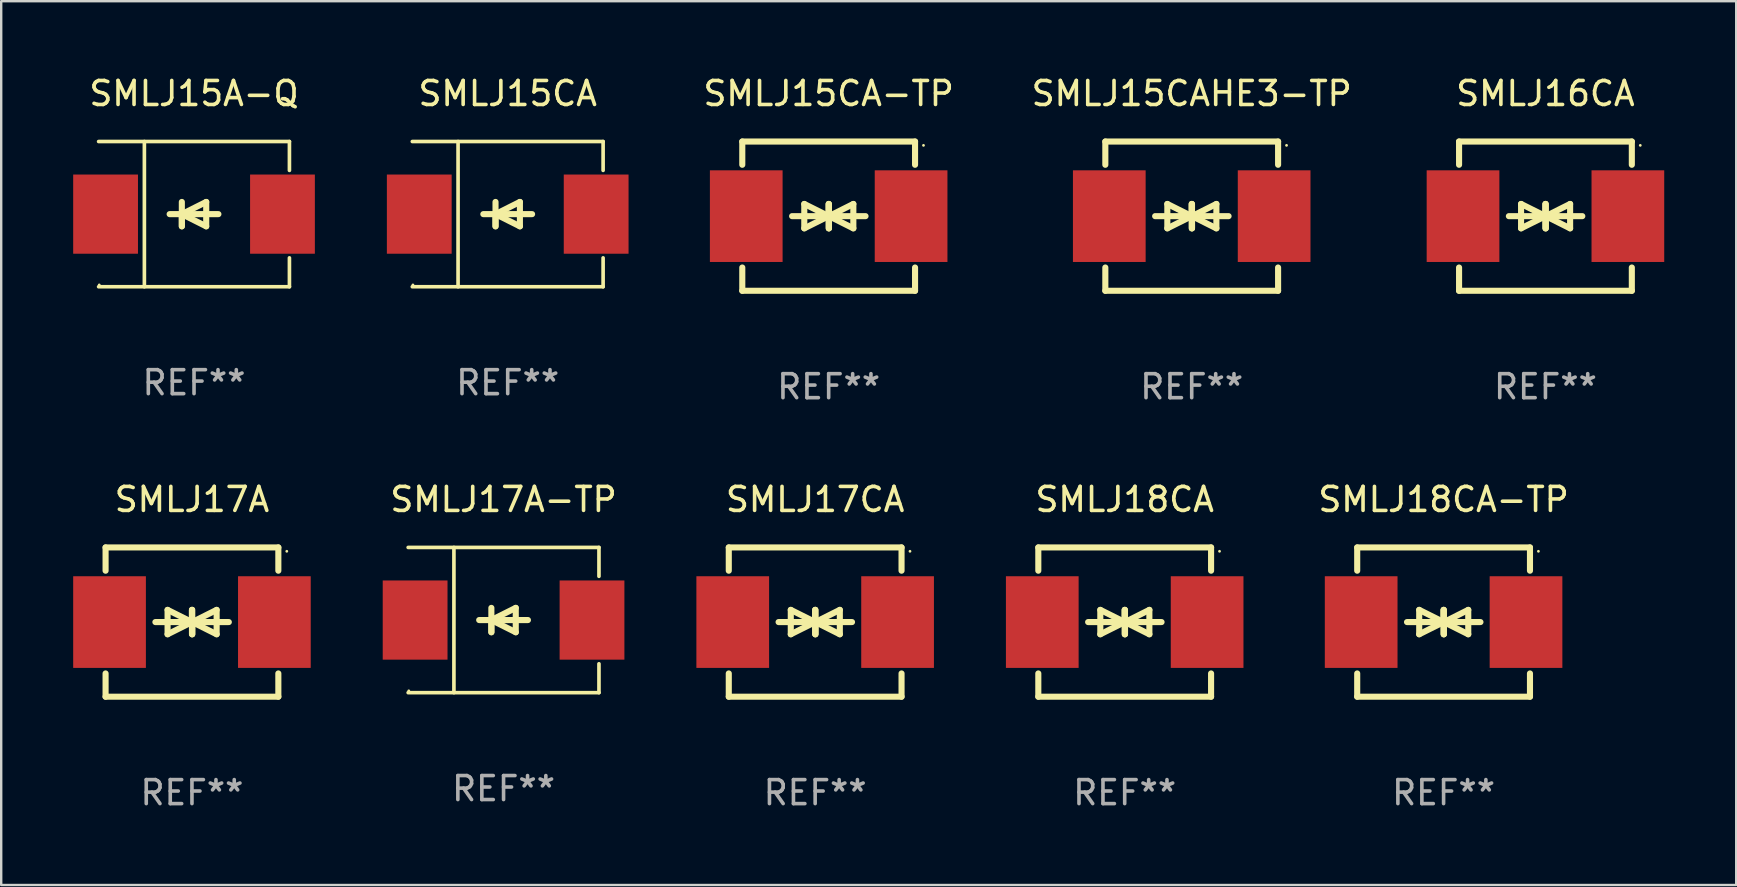
<source format=kicad_pcb>
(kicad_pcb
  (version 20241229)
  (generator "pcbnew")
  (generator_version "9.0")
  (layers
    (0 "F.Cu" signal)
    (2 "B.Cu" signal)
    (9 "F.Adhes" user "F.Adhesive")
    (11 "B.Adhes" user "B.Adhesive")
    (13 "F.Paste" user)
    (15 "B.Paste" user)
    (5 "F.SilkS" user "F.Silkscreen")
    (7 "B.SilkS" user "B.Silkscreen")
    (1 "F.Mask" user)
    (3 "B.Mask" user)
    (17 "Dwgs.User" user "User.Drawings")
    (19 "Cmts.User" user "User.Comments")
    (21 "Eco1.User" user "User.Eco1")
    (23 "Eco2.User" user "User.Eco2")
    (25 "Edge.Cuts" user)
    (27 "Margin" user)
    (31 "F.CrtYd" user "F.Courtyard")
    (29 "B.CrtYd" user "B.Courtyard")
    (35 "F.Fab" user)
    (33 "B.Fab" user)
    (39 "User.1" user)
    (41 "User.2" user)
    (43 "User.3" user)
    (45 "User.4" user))
  (footprint "SMLJ17A-TP"
    (layer "F.Cu")
    (at 17.936 22.791)
    (property "Reference" "SMLJ17A-TP" (at 0 -5.026 0) (layer "F.SilkS") (effects (font (size 1 1) (thickness 0.15))))
    (attr through_hole)
    (fp_line (start -3.976 -3.026) (end 3.976 -3.026) (stroke (width 0.152) (type solid)) (layer "F.SilkS"))
    (fp_line (start -3.976 3.026) (end 3.976 3.026) (stroke (width 0.152) (type solid)) (layer "F.SilkS"))
    (fp_line (start -2.069 -3.026) (end -2.069 3.026) (stroke (width 0.152) (type solid)) (layer "F.SilkS"))
    (fp_line (start -0.508 0) (end -0.508 0.508) (stroke (width 0.254) (type solid)) (layer "F.SilkS"))
    (fp_line (start -0.508 0) (end 0.508 0.508) (stroke (width 0.254) (type solid)) (layer "F.SilkS"))
    (fp_line (start -0.508 0.508) (end -0.508 -0.508) (stroke (width 0.254) (type solid)) (layer "F.SilkS"))
    (fp_line (start 0.508 -0.508) (end -0.508 0) (stroke (width 0.254) (type solid)) (layer "F.SilkS"))
    (fp_line (start 0.508 0.508) (end 0.508 -0.508) (stroke (width 0.254) (type solid)) (layer "F.SilkS"))
    (fp_line (start 1.016 0) (end -1.016 0) (stroke (width 0.254) (type solid)) (layer "F.SilkS"))
    (fp_line (start 3.976 -3.026) (end 3.976 -1.823) (stroke (width 0.152) (type solid)) (layer "F.SilkS"))
    (fp_line (start 3.976 3.026) (end 3.976 1.823) (stroke (width 0.152) (type solid)) (layer "F.SilkS"))
    (fp_circle (center -3.95 2.95) (end -3.92 2.95) (stroke (width 0.06) (type solid)) (fill no) (layer "F.SilkS"))
    (fp_text user "REF**" (at 0 7.026 0) (layer "F.Fab") (effects (font (size 1 1) (thickness 0.15))))
    (pad "1" smd rect (at -3.686 0) (size 2.7 3.3) (layers "F.Cu" "F.Mask" "F.Paste"))
    (pad "2" smd rect (at 3.686 0) (size 2.7 3.3) (layers "F.Cu" "F.Mask" "F.Paste")))
  (footprint "SMLJ15CAHE3-TP"
    (layer "F.Cu")
    (at 46.615 5.958)
    (property "Reference" "SMLJ15CAHE3-TP" (at 0 -5.11 0) (layer "F.SilkS") (effects (font (size 1 1) (thickness 0.15))))
    (attr through_hole)
    (fp_line (start -3.6 -2.141) (end -3.6 -3.11) (stroke (width 0.254) (type solid)) (layer "F.SilkS"))
    (fp_line (start -3.6 3.11) (end -3.6 2.141) (stroke (width 0.254) (type solid)) (layer "F.SilkS"))
    (fp_line (start -1.524 0) (end 0.508 0) (stroke (width 0.254) (type solid)) (layer "F.SilkS"))
    (fp_line (start -1.016 -0.508) (end -1.016 0.508) (stroke (width 0.254) (type solid)) (layer "F.SilkS"))
    (fp_line (start -1.016 0.508) (end 0 0) (stroke (width 0.254) (type solid)) (layer "F.SilkS"))
    (fp_line (start 0 -0.508) (end 0 0.508) (stroke (width 0.254) (type solid)) (layer "F.SilkS"))
    (fp_line (start 0 0) (end -1.016 -0.508) (stroke (width 0.254) (type solid)) (layer "F.SilkS"))
    (fp_line (start 0 0) (end 0 -0.508) (stroke (width 0.254) (type solid)) (layer "F.SilkS"))
    (fp_line (start 0.012 0) (end 0.012 0.508) (stroke (width 0.254) (type solid)) (layer "F.SilkS"))
    (fp_line (start 0.012 0) (end 1.028 0.508) (stroke (width 0.254) (type solid)) (layer "F.SilkS"))
    (fp_line (start 0.012 0.508) (end 0.012 -0.508) (stroke (width 0.254) (type solid)) (layer "F.SilkS"))
    (fp_line (start 1.028 -0.508) (end 0.012 0) (stroke (width 0.254) (type solid)) (layer "F.SilkS"))
    (fp_line (start 1.028 0.508) (end 1.028 -0.508) (stroke (width 0.254) (type solid)) (layer "F.SilkS"))
    (fp_line (start 1.536 0) (end -0.496 0) (stroke (width 0.254) (type solid)) (layer "F.SilkS"))
    (fp_line (start 3.6 -3.11) (end -3.6 -3.11) (stroke (width 0.254) (type solid)) (layer "F.SilkS"))
    (fp_line (start 3.6 -2.141) (end 3.6 -3.11) (stroke (width 0.254) (type solid)) (layer "F.SilkS"))
    (fp_line (start 3.6 3.11) (end -3.6 3.11) (stroke (width 0.254) (type solid)) (layer "F.SilkS"))
    (fp_line (start 3.6 3.11) (end 3.6 2.141) (stroke (width 0.254) (type solid)) (layer "F.SilkS"))
    (fp_circle (center 3.952 -2.95) (end 3.982 -2.95) (stroke (width 0.06) (type solid)) (fill no) (layer "F.SilkS"))
    (fp_text user "REF**" (at 0 7.11 0) (layer "F.Fab") (effects (font (size 1 1) (thickness 0.15))))
    (pad "1" smd rect (at 3.435 0) (size 3.03 3.82) (layers "F.Cu" "F.Mask" "F.Paste"))
    (pad "2" smd rect (at -3.435 0) (size 3.03 3.82) (layers "F.Cu" "F.Mask" "F.Paste")))
  (footprint "SMLJ18CA-TP"
    (layer "F.Cu")
    (at 57.112 22.875)
    (property "Reference" "SMLJ18CA-TP" (at 0 -5.11 0) (layer "F.SilkS") (effects (font (size 1 1) (thickness 0.15))))
    (attr through_hole)
    (fp_line (start -3.6 -2.141) (end -3.6 -3.11) (stroke (width 0.254) (type solid)) (layer "F.SilkS"))
    (fp_line (start -3.6 3.11) (end -3.6 2.141) (stroke (width 0.254) (type solid)) (layer "F.SilkS"))
    (fp_line (start -1.524 0) (end 0.508 0) (stroke (width 0.254) (type solid)) (layer "F.SilkS"))
    (fp_line (start -1.016 -0.508) (end -1.016 0.508) (stroke (width 0.254) (type solid)) (layer "F.SilkS"))
    (fp_line (start -1.016 0.508) (end 0 0) (stroke (width 0.254) (type solid)) (layer "F.SilkS"))
    (fp_line (start 0 -0.508) (end 0 0.508) (stroke (width 0.254) (type solid)) (layer "F.SilkS"))
    (fp_line (start 0 0) (end -1.016 -0.508) (stroke (width 0.254) (type solid)) (layer "F.SilkS"))
    (fp_line (start 0 0) (end 0 -0.508) (stroke (width 0.254) (type solid)) (layer "F.SilkS"))
    (fp_line (start 0.012 0) (end 0.012 0.508) (stroke (width 0.254) (type solid)) (layer "F.SilkS"))
    (fp_line (start 0.012 0) (end 1.028 0.508) (stroke (width 0.254) (type solid)) (layer "F.SilkS"))
    (fp_line (start 0.012 0.508) (end 0.012 -0.508) (stroke (width 0.254) (type solid)) (layer "F.SilkS"))
    (fp_line (start 1.028 -0.508) (end 0.012 0) (stroke (width 0.254) (type solid)) (layer "F.SilkS"))
    (fp_line (start 1.028 0.508) (end 1.028 -0.508) (stroke (width 0.254) (type solid)) (layer "F.SilkS"))
    (fp_line (start 1.536 0) (end -0.496 0) (stroke (width 0.254) (type solid)) (layer "F.SilkS"))
    (fp_line (start 3.6 -3.11) (end -3.6 -3.11) (stroke (width 0.254) (type solid)) (layer "F.SilkS"))
    (fp_line (start 3.6 -2.141) (end 3.6 -3.11) (stroke (width 0.254) (type solid)) (layer "F.SilkS"))
    (fp_line (start 3.6 3.11) (end -3.6 3.11) (stroke (width 0.254) (type solid)) (layer "F.SilkS"))
    (fp_line (start 3.6 3.11) (end 3.6 2.141) (stroke (width 0.254) (type solid)) (layer "F.SilkS"))
    (fp_circle (center 3.952 -2.95) (end 3.982 -2.95) (stroke (width 0.06) (type solid)) (fill no) (layer "F.SilkS"))
    (fp_text user "REF**" (at 0 7.11 0) (layer "F.Fab") (effects (font (size 1 1) (thickness 0.15))))
    (pad "1" smd rect (at 3.435 0) (size 3.03 3.82) (layers "F.Cu" "F.Mask" "F.Paste"))
    (pad "2" smd rect (at -3.435 0) (size 3.03 3.82) (layers "F.Cu" "F.Mask" "F.Paste")))
  (footprint "SMLJ16CA"
    (layer "F.Cu")
    (at 61.357 5.958)
    (property "Reference" "SMLJ16CA" (at 0 -5.11 0) (layer "F.SilkS") (effects (font (size 1 1) (thickness 0.15))))
    (attr through_hole)
    (fp_line (start -3.6 -2.141) (end -3.6 -3.11) (stroke (width 0.254) (type solid)) (layer "F.SilkS"))
    (fp_line (start -3.6 3.11) (end -3.6 2.141) (stroke (width 0.254) (type solid)) (layer "F.SilkS"))
    (fp_line (start -1.524 0) (end 0.508 0) (stroke (width 0.254) (type solid)) (layer "F.SilkS"))
    (fp_line (start -1.016 -0.508) (end -1.016 0.508) (stroke (width 0.254) (type solid)) (layer "F.SilkS"))
    (fp_line (start -1.016 0.508) (end 0 0) (stroke (width 0.254) (type solid)) (layer "F.SilkS"))
    (fp_line (start 0 -0.508) (end 0 0.508) (stroke (width 0.254) (type solid)) (layer "F.SilkS"))
    (fp_line (start 0 0) (end -1.016 -0.508) (stroke (width 0.254) (type solid)) (layer "F.SilkS"))
    (fp_line (start 0 0) (end 0 -0.508) (stroke (width 0.254) (type solid)) (layer "F.SilkS"))
    (fp_line (start 0.012 0) (end 0.012 0.508) (stroke (width 0.254) (type solid)) (layer "F.SilkS"))
    (fp_line (start 0.012 0) (end 1.028 0.508) (stroke (width 0.254) (type solid)) (layer "F.SilkS"))
    (fp_line (start 0.012 0.508) (end 0.012 -0.508) (stroke (width 0.254) (type solid)) (layer "F.SilkS"))
    (fp_line (start 1.028 -0.508) (end 0.012 0) (stroke (width 0.254) (type solid)) (layer "F.SilkS"))
    (fp_line (start 1.028 0.508) (end 1.028 -0.508) (stroke (width 0.254) (type solid)) (layer "F.SilkS"))
    (fp_line (start 1.536 0) (end -0.496 0) (stroke (width 0.254) (type solid)) (layer "F.SilkS"))
    (fp_line (start 3.6 -3.11) (end -3.6 -3.11) (stroke (width 0.254) (type solid)) (layer "F.SilkS"))
    (fp_line (start 3.6 -2.141) (end 3.6 -3.11) (stroke (width 0.254) (type solid)) (layer "F.SilkS"))
    (fp_line (start 3.6 3.11) (end -3.6 3.11) (stroke (width 0.254) (type solid)) (layer "F.SilkS"))
    (fp_line (start 3.6 3.11) (end 3.6 2.141) (stroke (width 0.254) (type solid)) (layer "F.SilkS"))
    (fp_circle (center 3.952 -2.95) (end 3.982 -2.95) (stroke (width 0.06) (type solid)) (fill no) (layer "F.SilkS"))
    (fp_text user "REF**" (at 0 7.11 0) (layer "F.Fab") (effects (font (size 1 1) (thickness 0.15))))
    (pad "1" smd rect (at 3.435 0) (size 3.03 3.82) (layers "F.Cu" "F.Mask" "F.Paste"))
    (pad "2" smd rect (at -3.435 0) (size 3.03 3.82) (layers "F.Cu" "F.Mask" "F.Paste")))
  (footprint "SMLJ17A"
    (layer "F.Cu")
    (at 4.95 22.875)
    (property "Reference" "SMLJ17A" (at 0 -5.11 0) (layer "F.SilkS") (effects (font (size 1 1) (thickness 0.15))))
    (attr through_hole)
    (fp_line (start -3.6 -2.141) (end -3.6 -3.11) (stroke (width 0.254) (type solid)) (layer "F.SilkS"))
    (fp_line (start -3.6 3.11) (end -3.6 2.141) (stroke (width 0.254) (type solid)) (layer "F.SilkS"))
    (fp_line (start -1.524 0) (end 0.508 0) (stroke (width 0.254) (type solid)) (layer "F.SilkS"))
    (fp_line (start -1.016 -0.508) (end -1.016 0.508) (stroke (width 0.254) (type solid)) (layer "F.SilkS"))
    (fp_line (start -1.016 0.508) (end 0 0) (stroke (width 0.254) (type solid)) (layer "F.SilkS"))
    (fp_line (start 0 -0.508) (end 0 0.508) (stroke (width 0.254) (type solid)) (layer "F.SilkS"))
    (fp_line (start 0 0) (end -1.016 -0.508) (stroke (width 0.254) (type solid)) (layer "F.SilkS"))
    (fp_line (start 0 0) (end 0 -0.508) (stroke (width 0.254) (type solid)) (layer "F.SilkS"))
    (fp_line (start 0.012 0) (end 0.012 0.508) (stroke (width 0.254) (type solid)) (layer "F.SilkS"))
    (fp_line (start 0.012 0) (end 1.028 0.508) (stroke (width 0.254) (type solid)) (layer "F.SilkS"))
    (fp_line (start 0.012 0.508) (end 0.012 -0.508) (stroke (width 0.254) (type solid)) (layer "F.SilkS"))
    (fp_line (start 1.028 -0.508) (end 0.012 0) (stroke (width 0.254) (type solid)) (layer "F.SilkS"))
    (fp_line (start 1.028 0.508) (end 1.028 -0.508) (stroke (width 0.254) (type solid)) (layer "F.SilkS"))
    (fp_line (start 1.536 0) (end -0.496 0) (stroke (width 0.254) (type solid)) (layer "F.SilkS"))
    (fp_line (start 3.6 -3.11) (end -3.6 -3.11) (stroke (width 0.254) (type solid)) (layer "F.SilkS"))
    (fp_line (start 3.6 -2.141) (end 3.6 -3.11) (stroke (width 0.254) (type solid)) (layer "F.SilkS"))
    (fp_line (start 3.6 3.11) (end -3.6 3.11) (stroke (width 0.254) (type solid)) (layer "F.SilkS"))
    (fp_line (start 3.6 3.11) (end 3.6 2.141) (stroke (width 0.254) (type solid)) (layer "F.SilkS"))
    (fp_circle (center 3.952 -2.95) (end 3.982 -2.95) (stroke (width 0.06) (type solid)) (fill no) (layer "F.SilkS"))
    (fp_text user "REF**" (at 0 7.11 0) (layer "F.Fab") (effects (font (size 1 1) (thickness 0.15))))
    (pad "1" smd rect (at 3.435 0) (size 3.03 3.82) (layers "F.Cu" "F.Mask" "F.Paste"))
    (pad "2" smd rect (at -3.435 0) (size 3.03 3.82) (layers "F.Cu" "F.Mask" "F.Paste")))
  (footprint "SMLJ15CA-TP"
    (layer "F.Cu")
    (at 31.485 5.958)
    (property "Reference" "SMLJ15CA-TP" (at 0 -5.11 0) (layer "F.SilkS") (effects (font (size 1 1) (thickness 0.15))))
    (attr through_hole)
    (fp_line (start -3.6 -2.141) (end -3.6 -3.11) (stroke (width 0.254) (type solid)) (layer "F.SilkS"))
    (fp_line (start -3.6 3.11) (end -3.6 2.141) (stroke (width 0.254) (type solid)) (layer "F.SilkS"))
    (fp_line (start -1.524 0) (end 0.508 0) (stroke (width 0.254) (type solid)) (layer "F.SilkS"))
    (fp_line (start -1.016 -0.508) (end -1.016 0.508) (stroke (width 0.254) (type solid)) (layer "F.SilkS"))
    (fp_line (start -1.016 0.508) (end 0 0) (stroke (width 0.254) (type solid)) (layer "F.SilkS"))
    (fp_line (start 0 -0.508) (end 0 0.508) (stroke (width 0.254) (type solid)) (layer "F.SilkS"))
    (fp_line (start 0 0) (end -1.016 -0.508) (stroke (width 0.254) (type solid)) (layer "F.SilkS"))
    (fp_line (start 0 0) (end 0 -0.508) (stroke (width 0.254) (type solid)) (layer "F.SilkS"))
    (fp_line (start 0.012 0) (end 0.012 0.508) (stroke (width 0.254) (type solid)) (layer "F.SilkS"))
    (fp_line (start 0.012 0) (end 1.028 0.508) (stroke (width 0.254) (type solid)) (layer "F.SilkS"))
    (fp_line (start 0.012 0.508) (end 0.012 -0.508) (stroke (width 0.254) (type solid)) (layer "F.SilkS"))
    (fp_line (start 1.028 -0.508) (end 0.012 0) (stroke (width 0.254) (type solid)) (layer "F.SilkS"))
    (fp_line (start 1.028 0.508) (end 1.028 -0.508) (stroke (width 0.254) (type solid)) (layer "F.SilkS"))
    (fp_line (start 1.536 0) (end -0.496 0) (stroke (width 0.254) (type solid)) (layer "F.SilkS"))
    (fp_line (start 3.6 -3.11) (end -3.6 -3.11) (stroke (width 0.254) (type solid)) (layer "F.SilkS"))
    (fp_line (start 3.6 -2.141) (end 3.6 -3.11) (stroke (width 0.254) (type solid)) (layer "F.SilkS"))
    (fp_line (start 3.6 3.11) (end -3.6 3.11) (stroke (width 0.254) (type solid)) (layer "F.SilkS"))
    (fp_line (start 3.6 3.11) (end 3.6 2.141) (stroke (width 0.254) (type solid)) (layer "F.SilkS"))
    (fp_circle (center 3.952 -2.95) (end 3.982 -2.95) (stroke (width 0.06) (type solid)) (fill no) (layer "F.SilkS"))
    (fp_text user "REF**" (at 0 7.11 0) (layer "F.Fab") (effects (font (size 1 1) (thickness 0.15))))
    (pad "1" smd rect (at 3.435 0) (size 3.03 3.82) (layers "F.Cu" "F.Mask" "F.Paste"))
    (pad "2" smd rect (at -3.435 0) (size 3.03 3.82) (layers "F.Cu" "F.Mask" "F.Paste")))
  (footprint "SMLJ17CA"
    (layer "F.Cu")
    (at 30.922 22.875)
    (property "Reference" "SMLJ17CA" (at 0 -5.11 0) (layer "F.SilkS") (effects (font (size 1 1) (thickness 0.15))))
    (attr through_hole)
    (fp_line (start -3.6 -2.141) (end -3.6 -3.11) (stroke (width 0.254) (type solid)) (layer "F.SilkS"))
    (fp_line (start -3.6 3.11) (end -3.6 2.141) (stroke (width 0.254) (type solid)) (layer "F.SilkS"))
    (fp_line (start -1.524 0) (end 0.508 0) (stroke (width 0.254) (type solid)) (layer "F.SilkS"))
    (fp_line (start -1.016 -0.508) (end -1.016 0.508) (stroke (width 0.254) (type solid)) (layer "F.SilkS"))
    (fp_line (start -1.016 0.508) (end 0 0) (stroke (width 0.254) (type solid)) (layer "F.SilkS"))
    (fp_line (start 0 -0.508) (end 0 0.508) (stroke (width 0.254) (type solid)) (layer "F.SilkS"))
    (fp_line (start 0 0) (end -1.016 -0.508) (stroke (width 0.254) (type solid)) (layer "F.SilkS"))
    (fp_line (start 0 0) (end 0 -0.508) (stroke (width 0.254) (type solid)) (layer "F.SilkS"))
    (fp_line (start 0.012 0) (end 0.012 0.508) (stroke (width 0.254) (type solid)) (layer "F.SilkS"))
    (fp_line (start 0.012 0) (end 1.028 0.508) (stroke (width 0.254) (type solid)) (layer "F.SilkS"))
    (fp_line (start 0.012 0.508) (end 0.012 -0.508) (stroke (width 0.254) (type solid)) (layer "F.SilkS"))
    (fp_line (start 1.028 -0.508) (end 0.012 0) (stroke (width 0.254) (type solid)) (layer "F.SilkS"))
    (fp_line (start 1.028 0.508) (end 1.028 -0.508) (stroke (width 0.254) (type solid)) (layer "F.SilkS"))
    (fp_line (start 1.536 0) (end -0.496 0) (stroke (width 0.254) (type solid)) (layer "F.SilkS"))
    (fp_line (start 3.6 -3.11) (end -3.6 -3.11) (stroke (width 0.254) (type solid)) (layer "F.SilkS"))
    (fp_line (start 3.6 -2.141) (end 3.6 -3.11) (stroke (width 0.254) (type solid)) (layer "F.SilkS"))
    (fp_line (start 3.6 3.11) (end -3.6 3.11) (stroke (width 0.254) (type solid)) (layer "F.SilkS"))
    (fp_line (start 3.6 3.11) (end 3.6 2.141) (stroke (width 0.254) (type solid)) (layer "F.SilkS"))
    (fp_circle (center 3.952 -2.95) (end 3.982 -2.95) (stroke (width 0.06) (type solid)) (fill no) (layer "F.SilkS"))
    (fp_text user "REF**" (at 0 7.11 0) (layer "F.Fab") (effects (font (size 1 1) (thickness 0.15))))
    (pad "1" smd rect (at 3.435 0) (size 3.03 3.82) (layers "F.Cu" "F.Mask" "F.Paste"))
    (pad "2" smd rect (at -3.435 0) (size 3.03 3.82) (layers "F.Cu" "F.Mask" "F.Paste")))
  (footprint "SMLJ15CA"
    (layer "F.Cu")
    (at 18.109 5.874)
    (property "Reference" "SMLJ15CA" (at 0 -5.026 0) (layer "F.SilkS") (effects (font (size 1 1) (thickness 0.15))))
    (attr through_hole)
    (fp_line (start -3.976 -3.026) (end 3.976 -3.026) (stroke (width 0.152) (type solid)) (layer "F.SilkS"))
    (fp_line (start -3.976 3.026) (end 3.976 3.026) (stroke (width 0.152) (type solid)) (layer "F.SilkS"))
    (fp_line (start -2.069 -3.026) (end -2.069 3.026) (stroke (width 0.152) (type solid)) (layer "F.SilkS"))
    (fp_line (start -0.508 0) (end -0.508 0.508) (stroke (width 0.254) (type solid)) (layer "F.SilkS"))
    (fp_line (start -0.508 0) (end 0.508 0.508) (stroke (width 0.254) (type solid)) (layer "F.SilkS"))
    (fp_line (start -0.508 0.508) (end -0.508 -0.508) (stroke (width 0.254) (type solid)) (layer "F.SilkS"))
    (fp_line (start 0.508 -0.508) (end -0.508 0) (stroke (width 0.254) (type solid)) (layer "F.SilkS"))
    (fp_line (start 0.508 0.508) (end 0.508 -0.508) (stroke (width 0.254) (type solid)) (layer "F.SilkS"))
    (fp_line (start 1.016 0) (end -1.016 0) (stroke (width 0.254) (type solid)) (layer "F.SilkS"))
    (fp_line (start 3.976 -3.026) (end 3.976 -1.823) (stroke (width 0.152) (type solid)) (layer "F.SilkS"))
    (fp_line (start 3.976 3.026) (end 3.976 1.823) (stroke (width 0.152) (type solid)) (layer "F.SilkS"))
    (fp_circle (center -3.95 2.95) (end -3.92 2.95) (stroke (width 0.06) (type solid)) (fill no) (layer "F.SilkS"))
    (fp_text user "REF**" (at 0 7.026 0) (layer "F.Fab") (effects (font (size 1 1) (thickness 0.15))))
    (pad "1" smd rect (at -3.686 0) (size 2.7 3.3) (layers "F.Cu" "F.Mask" "F.Paste"))
    (pad "2" smd rect (at 3.686 0) (size 2.7 3.3) (layers "F.Cu" "F.Mask" "F.Paste")))
  (footprint "SMLJ15A-Q"
    (layer "F.Cu")
    (at 5.036 5.874)
    (property "Reference" "SMLJ15A-Q" (at 0 -5.026 0) (layer "F.SilkS") (effects (font (size 1 1) (thickness 0.15))))
    (attr through_hole)
    (fp_line (start -3.976 -3.026) (end 3.976 -3.026) (stroke (width 0.152) (type solid)) (layer "F.SilkS"))
    (fp_line (start -3.976 3.026) (end 3.976 3.026) (stroke (width 0.152) (type solid)) (layer "F.SilkS"))
    (fp_line (start -2.069 -3.026) (end -2.069 3.026) (stroke (width 0.152) (type solid)) (layer "F.SilkS"))
    (fp_line (start -0.508 0) (end -0.508 0.508) (stroke (width 0.254) (type solid)) (layer "F.SilkS"))
    (fp_line (start -0.508 0) (end 0.508 0.508) (stroke (width 0.254) (type solid)) (layer "F.SilkS"))
    (fp_line (start -0.508 0.508) (end -0.508 -0.508) (stroke (width 0.254) (type solid)) (layer "F.SilkS"))
    (fp_line (start 0.508 -0.508) (end -0.508 0) (stroke (width 0.254) (type solid)) (layer "F.SilkS"))
    (fp_line (start 0.508 0.508) (end 0.508 -0.508) (stroke (width 0.254) (type solid)) (layer "F.SilkS"))
    (fp_line (start 1.016 0) (end -1.016 0) (stroke (width 0.254) (type solid)) (layer "F.SilkS"))
    (fp_line (start 3.976 -3.026) (end 3.976 -1.823) (stroke (width 0.152) (type solid)) (layer "F.SilkS"))
    (fp_line (start 3.976 3.026) (end 3.976 1.823) (stroke (width 0.152) (type solid)) (layer "F.SilkS"))
    (fp_circle (center -3.95 2.95) (end -3.92 2.95) (stroke (width 0.06) (type solid)) (fill no) (layer "F.SilkS"))
    (fp_text user "REF**" (at 0 7.026 0) (layer "F.Fab") (effects (font (size 1 1) (thickness 0.15))))
    (pad "1" smd rect (at -3.686 0) (size 2.7 3.3) (layers "F.Cu" "F.Mask" "F.Paste"))
    (pad "2" smd rect (at 3.686 0) (size 2.7 3.3) (layers "F.Cu" "F.Mask" "F.Paste")))
  (footprint "SMLJ18CA"
    (layer "F.Cu")
    (at 43.822 22.875)
    (property "Reference" "SMLJ18CA" (at 0 -5.11 0) (layer "F.SilkS") (effects (font (size 1 1) (thickness 0.15))))
    (attr through_hole)
    (fp_line (start -3.6 -2.141) (end -3.6 -3.11) (stroke (width 0.254) (type solid)) (layer "F.SilkS"))
    (fp_line (start -3.6 3.11) (end -3.6 2.141) (stroke (width 0.254) (type solid)) (layer "F.SilkS"))
    (fp_line (start -1.524 0) (end 0.508 0) (stroke (width 0.254) (type solid)) (layer "F.SilkS"))
    (fp_line (start -1.016 -0.508) (end -1.016 0.508) (stroke (width 0.254) (type solid)) (layer "F.SilkS"))
    (fp_line (start -1.016 0.508) (end 0 0) (stroke (width 0.254) (type solid)) (layer "F.SilkS"))
    (fp_line (start 0 -0.508) (end 0 0.508) (stroke (width 0.254) (type solid)) (layer "F.SilkS"))
    (fp_line (start 0 0) (end -1.016 -0.508) (stroke (width 0.254) (type solid)) (layer "F.SilkS"))
    (fp_line (start 0 0) (end 0 -0.508) (stroke (width 0.254) (type solid)) (layer "F.SilkS"))
    (fp_line (start 0.012 0) (end 0.012 0.508) (stroke (width 0.254) (type solid)) (layer "F.SilkS"))
    (fp_line (start 0.012 0) (end 1.028 0.508) (stroke (width 0.254) (type solid)) (layer "F.SilkS"))
    (fp_line (start 0.012 0.508) (end 0.012 -0.508) (stroke (width 0.254) (type solid)) (layer "F.SilkS"))
    (fp_line (start 1.028 -0.508) (end 0.012 0) (stroke (width 0.254) (type solid)) (layer "F.SilkS"))
    (fp_line (start 1.028 0.508) (end 1.028 -0.508) (stroke (width 0.254) (type solid)) (layer "F.SilkS"))
    (fp_line (start 1.536 0) (end -0.496 0) (stroke (width 0.254) (type solid)) (layer "F.SilkS"))
    (fp_line (start 3.6 -3.11) (end -3.6 -3.11) (stroke (width 0.254) (type solid)) (layer "F.SilkS"))
    (fp_line (start 3.6 -2.141) (end 3.6 -3.11) (stroke (width 0.254) (type solid)) (layer "F.SilkS"))
    (fp_line (start 3.6 3.11) (end -3.6 3.11) (stroke (width 0.254) (type solid)) (layer "F.SilkS"))
    (fp_line (start 3.6 3.11) (end 3.6 2.141) (stroke (width 0.254) (type solid)) (layer "F.SilkS"))
    (fp_circle (center 3.952 -2.95) (end 3.982 -2.95) (stroke (width 0.06) (type solid)) (fill no) (layer "F.SilkS"))
    (fp_text user "REF**" (at 0 7.11 0) (layer "F.Fab") (effects (font (size 1 1) (thickness 0.15))))
    (pad "1" smd rect (at 3.435 0) (size 3.03 3.82) (layers "F.Cu" "F.Mask" "F.Paste"))
    (pad "2" smd rect (at -3.435 0) (size 3.03 3.82) (layers "F.Cu" "F.Mask" "F.Paste")))
  (gr_rect
    (start -3 -3)
    (end 69.307 33.833)
    (stroke (width 0.1) (type default))
    (fill no)
    (layer "Edge.Cuts")))
</source>
